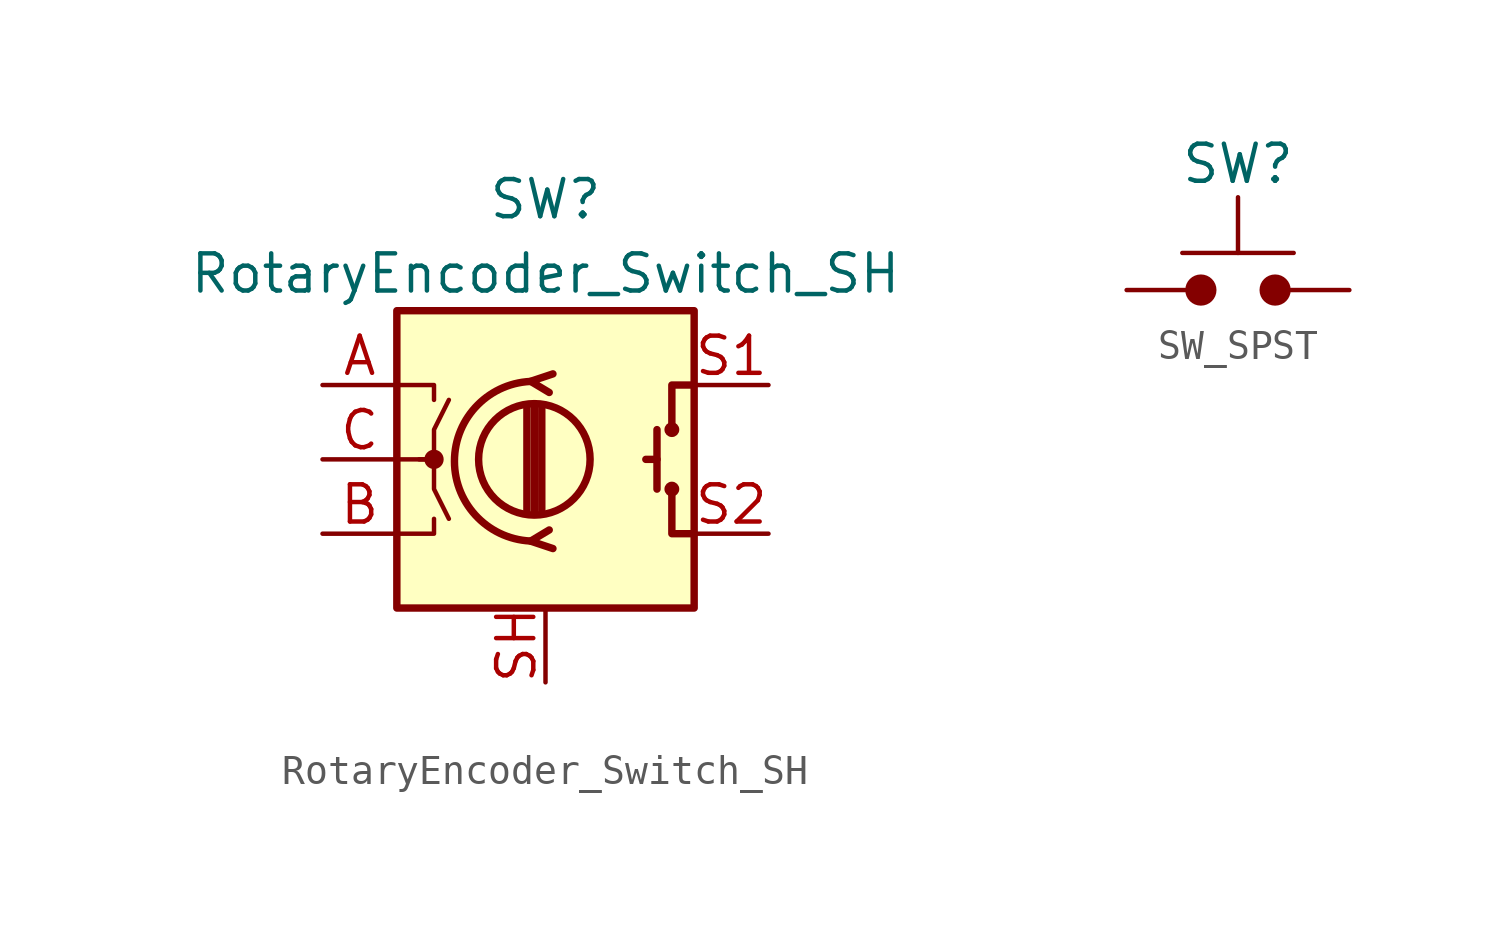
<source format=kicad_sym>
(kicad_symbol_lib
  (version 20241209)
  (generator "kicad_symbol_editor")
  (generator_version "9.0")
  (symbol "RotaryEncoder_Switch_SH"
    (pin_names
      (offset 0.254)
      (hide yes))
    (property "Reference" "SW"
      (at 0 8.89 0)
      (effects (font (size 1.27 1.27))))
    (property "Value" "RotaryEncoder_Switch_SH"
      (at 0 6.35 0)
      (effects (font (size 1.27 1.27))))
    (symbol "RotaryEncoder_Switch_SH_0_1"
      (rectangle (start -5.08 5.08) (end 5.08 -5.08) (stroke (width 0.254) (type default)) (fill (type background)))
      (polyline (pts (xy -5.08 2.54) (xy -3.81 2.54) (xy -3.81 2.032)) (stroke (width 0) (type default)) (fill (type none)))
      (polyline (pts (xy -5.08 0) (xy -3.81 0) (xy -3.81 -1.016) (xy -3.302 -2.032)) (stroke (width 0) (type default)) (fill (type none)))
      (polyline (pts (xy -5.08 -2.54) (xy -3.81 -2.54) (xy -3.81 -2.032)) (stroke (width 0) (type default)) (fill (type none)))
      (polyline (pts (xy -4.318 0) (xy -3.81 0) (xy -3.81 1.016) (xy -3.302 2.032)) (stroke (width 0) (type default)) (fill (type none)))
      (circle (center -3.81 0) (radius 0.254) (stroke (width 0) (type default)) (fill (type outline)))
      (polyline (pts (xy -0.635 -1.778) (xy -0.635 1.778)) (stroke (width 0.254) (type default)) (fill (type none)))
      (circle (center -0.381 0) (radius 1.905) (stroke (width 0.254) (type default)) (fill (type none)))
      (polyline (pts (xy -0.381 -1.778) (xy -0.381 1.778)) (stroke (width 0.254) (type default)) (fill (type none)))
      (arc (start -0.381 -2.794) (mid -3.0988 -0.0635) (end -0.381 2.667) (stroke (width 0.254) (type default)) (fill (type none)))
      (polyline (pts (xy -0.127 1.778) (xy -0.127 -1.778)) (stroke (width 0.254) (type default)) (fill (type none)))
      (polyline (pts (xy 0.254 2.921) (xy -0.508 2.667) (xy 0.127 2.286)) (stroke (width 0.254) (type default)) (fill (type none)))
      (polyline (pts (xy 0.254 -3.048) (xy -0.508 -2.794) (xy 0.127 -2.413)) (stroke (width 0.254) (type default)) (fill (type none)))
      (polyline (pts (xy 3.81 1.016) (xy 3.81 -1.016)) (stroke (width 0.254) (type default)) (fill (type none)))
      (polyline (pts (xy 3.81 0) (xy 3.429 0)) (stroke (width 0.254) (type default)) (fill (type none)))
      (circle (center 4.318 1.016) (radius 0.127) (stroke (width 0.254) (type default)) (fill (type none)))
      (circle (center 4.318 -1.016) (radius 0.127) (stroke (width 0.254) (type default)) (fill (type none)))
      (polyline (pts (xy 5.08 2.54) (xy 4.318 2.54) (xy 4.318 1.016)) (stroke (width 0.254) (type default)) (fill (type none)))
      (polyline (pts (xy 5.08 -2.54) (xy 4.318 -2.54) (xy 4.318 -1.016)) (stroke (width 0.254) (type default)) (fill (type none))))
    (symbol "RotaryEncoder_Switch_SH_1_1"
      (pin passive line (at -7.62 2.54 0) (length 2.54) (name "A" (effects (font (size 1.27 1.27)))) (number "A" (effects (font (size 1.27 1.27)))))
      (pin passive line (at -7.62 0 0) (length 2.54) (name "C" (effects (font (size 1.27 1.27)))) (number "C" (effects (font (size 1.27 1.27)))))
      (pin passive line (at -7.62 -2.54 0) (length 2.54) (name "B" (effects (font (size 1.27 1.27)))) (number "B" (effects (font (size 1.27 1.27)))))
      (pin passive line (at 0 -7.62 90) (length 2.54) (name "SH" (effects (font (size 1.27 1.27)))) (number "SH" (effects (font (size 1.27 1.27)))))
      (pin passive line (at 7.62 2.54 180) (length 2.54) (name "S1" (effects (font (size 1.27 1.27)))) (number "S1" (effects (font (size 1.27 1.27)))))
      (pin passive line (at 7.62 -2.54 180) (length 2.54) (name "S2" (effects (font (size 1.27 1.27)))) (number "S2" (effects (font (size 1.27 1.27)))))))
  (symbol "SW_SPST"
    (property "Reference" "SW"
      (at 0 4.318 0)
      (do_not_autoplace)
      (effects (font (size 1.27 1.27))))
    (property "Value" ""
      (at 0 0 0)
      (effects (font (size 1.27 1.27))))
    (symbol "SW_SPST_0_1"
      (polyline (pts (xy -1.905 1.27) (xy 1.905 1.27)) (stroke (width 0) (type default)) (fill (type none)))
      (circle (center -1.27 0) (radius 0.458) (stroke (width 0) (type default)) (fill (type outline)))
      (polyline (pts (xy 0 1.27) (xy 0 3.175)) (stroke (width 0) (type default)) (fill (type none)))
      (circle (center 1.27 0) (radius 0.458) (stroke (width 0) (type default)) (fill (type outline))))
    (symbol "SW_SPST_1_1"
      (pin passive line (at -3.81 0 0) (length 2) (name "" (effects (font (size 1.27 1.27)))) (number "1" (effects (font (size 0 0)))))
      (pin passive line (at 3.81 0 180) (length 2) (name "" (effects (font (size 1.27 1.27)))) (number "2" (effects (font (size 0 0))))))))
</source>
